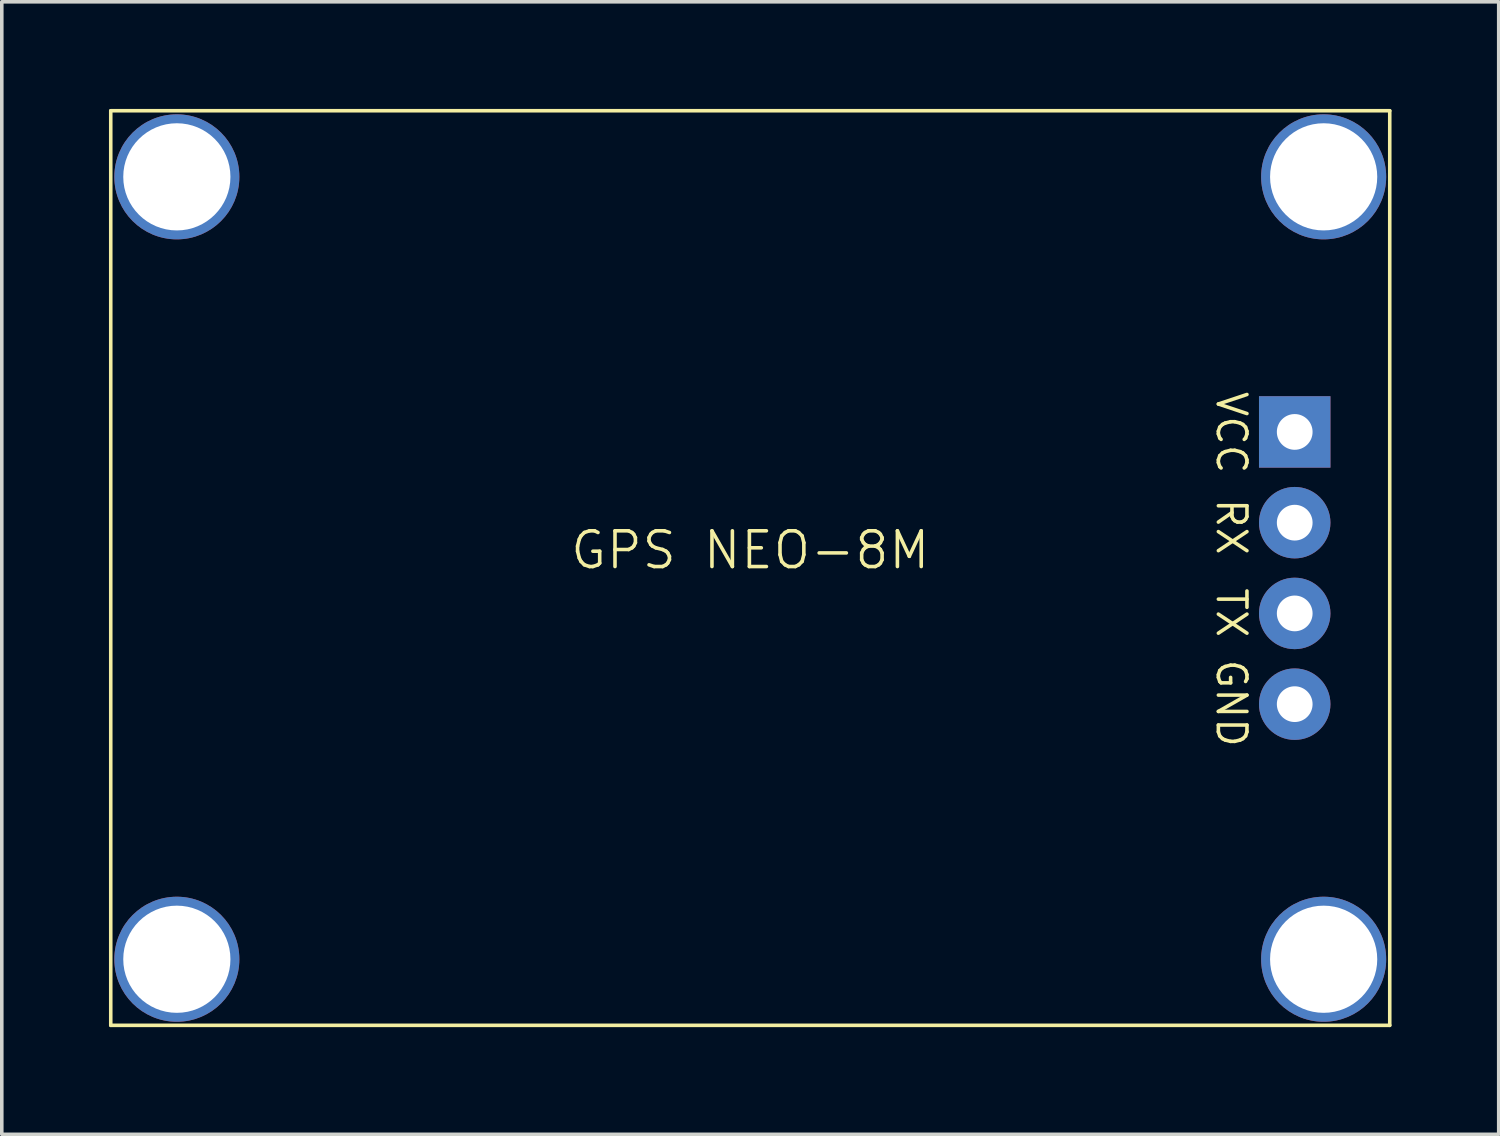
<source format=kicad_pcb>
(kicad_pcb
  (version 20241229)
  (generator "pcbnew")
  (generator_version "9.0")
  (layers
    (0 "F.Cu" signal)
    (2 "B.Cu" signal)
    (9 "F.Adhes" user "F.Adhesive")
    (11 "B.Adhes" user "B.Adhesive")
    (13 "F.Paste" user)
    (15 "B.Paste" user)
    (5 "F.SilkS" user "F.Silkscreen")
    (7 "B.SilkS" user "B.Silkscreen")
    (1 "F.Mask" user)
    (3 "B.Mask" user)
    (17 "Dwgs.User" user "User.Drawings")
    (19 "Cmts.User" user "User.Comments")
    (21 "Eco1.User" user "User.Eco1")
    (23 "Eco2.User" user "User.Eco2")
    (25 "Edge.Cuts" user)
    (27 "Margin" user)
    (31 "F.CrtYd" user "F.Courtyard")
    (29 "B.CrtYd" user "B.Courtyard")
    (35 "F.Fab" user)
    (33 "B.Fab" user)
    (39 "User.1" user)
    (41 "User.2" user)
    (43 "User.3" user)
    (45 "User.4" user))
  (footprint "GPS NEO-8M"
    (layer "F.Cu")
    (at 17.95 12.85)
    (property "Reference" "GPS NEO-8M" (at 0 -0.5 0) (unlocked yes) (layer "F.SilkS") (effects (font (size 1 1) (thickness 0.1))))
    (attr smd)
    (fp_line (start -17.9 -12.8) (end 17.9 -12.8) (stroke (width 0.1) (type default)) (layer "F.SilkS"))
    (fp_line (start -17.9 12.8) (end -17.9 -12.8) (stroke (width 0.1) (type default)) (layer "F.SilkS"))
    (fp_line (start 17.9 -12.8) (end 17.9 12.8) (stroke (width 0.1) (type default)) (layer "F.SilkS"))
    (fp_line (start 17.9 12.8) (end -17.9 12.8) (stroke (width 0.1) (type default)) (layer "F.SilkS"))
    (fp_text user "GND" (at 13 2.5 270) (unlocked yes) (layer "F.SilkS") (effects (font (size 0.8 0.8) (thickness 0.1)) (justify left bottom)))
    (fp_text user "VCC" (at 13 -5 270) (unlocked yes) (layer "F.SilkS") (effects (font (size 0.8 0.8) (thickness 0.1)) (justify left bottom)))
    (fp_text user "TX" (at 13 0.5 270) (unlocked yes) (layer "F.SilkS") (effects (font (size 0.8 0.8) (thickness 0.1)) (justify left bottom)))
    (fp_text user "RX" (at 13 -2 270) (unlocked yes) (layer "F.SilkS") (effects (font (size 0.8 0.8) (thickness 0.1)) (justify left bottom)))
    (pad "" thru_hole circle (at -16.05 -10.95) (size 3.5 3.5) (drill 3) (layers "*.Mask"))
    (pad "" thru_hole circle (at -16.05 10.95) (size 3.5 3.5) (drill 3) (layers "*.Mask"))
    (pad "" thru_hole circle (at 16.05 -10.95) (size 3.5 3.5) (drill 3) (layers "*.Mask"))
    (pad "" thru_hole circle (at 16.05 10.95) (size 3.5 3.5) (drill 3) (layers "*.Mask"))
    (pad "1" thru_hole rect (at 15.24 -3.81) (size 2 2) (drill 1) (layers "*.Cu" "*.Mask"))
    (pad "2" thru_hole circle (at 15.24 -1.27) (size 2 2) (drill 1) (layers "*.Cu" "*.Mask"))
    (pad "3" thru_hole circle (at 15.24 1.27) (size 2 2) (drill 1) (layers "*.Cu" "*.Mask"))
    (pad "4" thru_hole circle (at 15.24 3.81) (size 2 2) (drill 1) (layers "*.Cu" "*.Mask"))
    (zone (net_name "") (layer "F.SilkS") (hatch edge 0.5) (connect_pads) (min_thickness 0.25) (filled_areas_thickness no) (keepout (tracks allowed) (vias allowed) (pads not_allowed) (copperpour allowed) (footprints not_allowed)) (placement (enabled no)) (fill) (polygon (pts (xy 0.05 0.05) (xy 35.85 0.05) (xy 35.85 25.65) (xy 0.05 25.65)))))
  (gr_rect
    (start -3 -3)
    (end 38.9 28.7)
    (stroke (width 0.1) (type default))
    (fill no)
    (layer "Edge.Cuts")))
</source>
